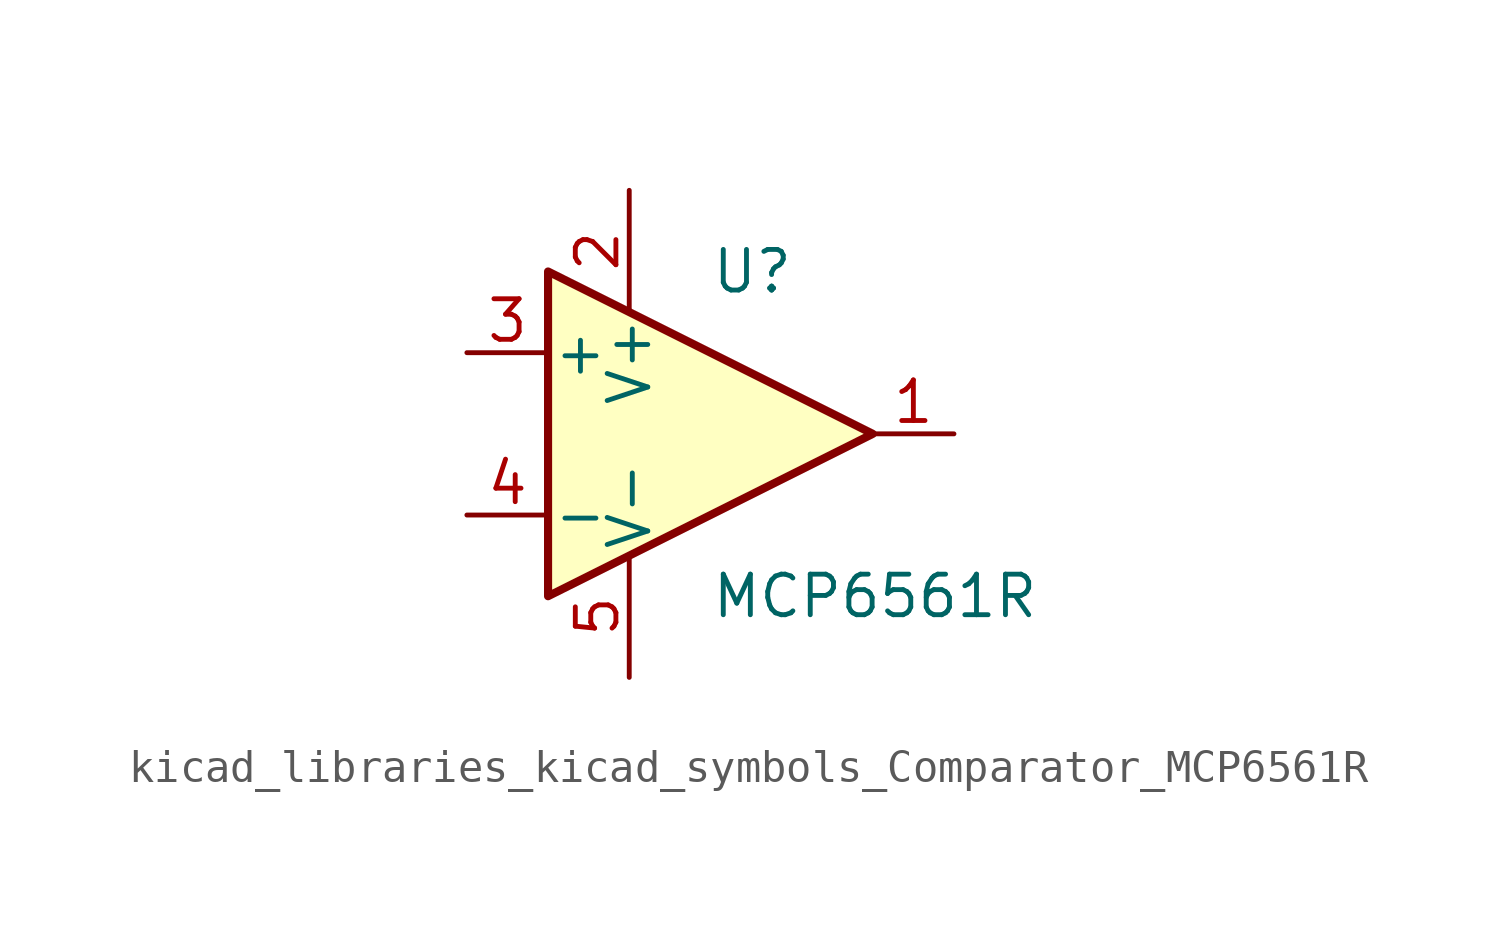
<source format=kicad_sym>
(kicad_symbol_lib
  (version 20220914)
  (generator kicad_symbol_editor)
  (symbol "kicad_libraries_kicad_symbols_Comparator_MCP6561R"
    (pin_names
      (offset 0.127))
    (property "Reference" "U"
      (at 0 5.08 0)
      (effects (font (size 1.27 1.27)) (justify left)))
    (property "Value" "MCP6561R"
      (at 0 -5.08 0)
      (effects (font (size 1.27 1.27)) (justify left)))
    (symbol "kicad_libraries_kicad_symbols_Comparator_MCP6561R_0_1"
      (polyline (pts (xy -5.08 5.08) (xy 5.08 0) (xy -5.08 -5.08) (xy -5.08 5.08)) (stroke (width 0.254) (type default)) (fill (type background)))
      (pin power_in line (at -2.54 7.62 270) (length 3.81) (name "V+" (effects (font (size 1.27 1.27)))) (number "2" (effects (font (size 1.27 1.27)))))
      (pin power_in line (at -2.54 -7.62 90) (length 3.81) (name "V-" (effects (font (size 1.27 1.27)))) (number "5" (effects (font (size 1.27 1.27))))))
    (symbol "kicad_libraries_kicad_symbols_Comparator_MCP6561R_1_1"
      (pin output line (at 7.62 0 180) (length 2.54) (name "~" (effects (font (size 1.27 1.27)))) (number "1" (effects (font (size 1.27 1.27)))))
      (pin input line (at -7.62 2.54 0) (length 2.54) (name "+" (effects (font (size 1.27 1.27)))) (number "3" (effects (font (size 1.27 1.27)))))
      (pin input line (at -7.62 -2.54 0) (length 2.54) (name "-" (effects (font (size 1.27 1.27)))) (number "4" (effects (font (size 1.27 1.27))))))))
</source>
